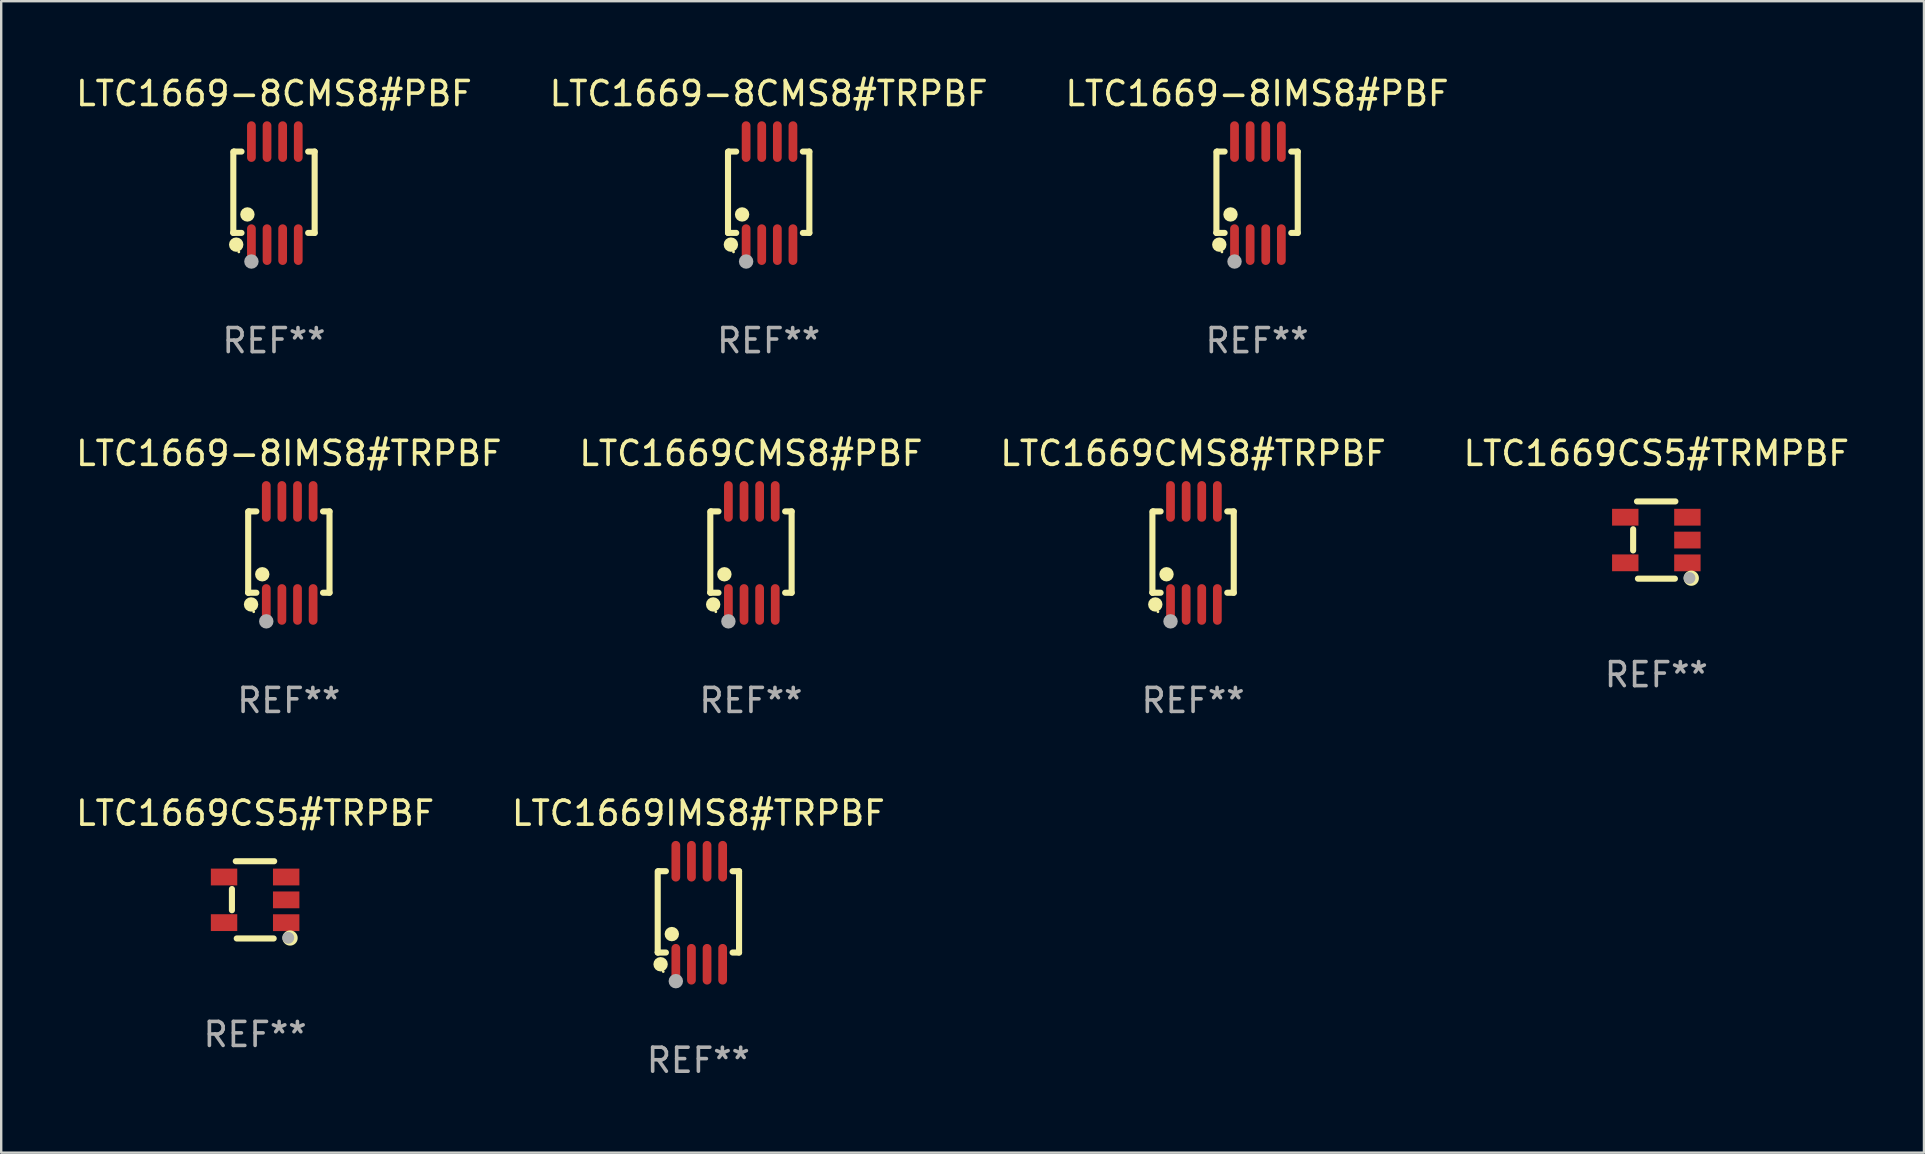
<source format=kicad_pcb>
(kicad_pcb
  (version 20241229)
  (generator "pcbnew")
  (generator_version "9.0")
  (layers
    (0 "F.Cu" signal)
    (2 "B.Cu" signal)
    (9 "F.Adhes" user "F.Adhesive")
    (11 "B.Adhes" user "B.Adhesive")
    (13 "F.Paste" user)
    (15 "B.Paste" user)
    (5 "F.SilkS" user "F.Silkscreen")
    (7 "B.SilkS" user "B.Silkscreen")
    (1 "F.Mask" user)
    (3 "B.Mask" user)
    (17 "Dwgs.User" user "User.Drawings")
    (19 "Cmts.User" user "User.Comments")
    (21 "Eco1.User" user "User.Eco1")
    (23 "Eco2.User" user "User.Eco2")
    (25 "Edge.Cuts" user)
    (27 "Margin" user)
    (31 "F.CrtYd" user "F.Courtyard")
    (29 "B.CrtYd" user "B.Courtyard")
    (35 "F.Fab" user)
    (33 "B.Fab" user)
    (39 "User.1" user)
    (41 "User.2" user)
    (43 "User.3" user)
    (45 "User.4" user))
  (footprint "LTC1669IMS8#TRPBF"
    (layer "F.Cu")
    (at 26.042 34.971)
    (property "Reference" "LTC1669IMS8#TRPBF" (at 0 -4.146 0) (layer "F.SilkS") (effects (font (size 1 1) (thickness 0.15))))
    (attr through_hole)
    (fp_line (start -1.694 -1.724) (end -1.694 1.652) (stroke (width 0.254) (type solid)) (layer "F.SilkS"))
    (fp_line (start -1.694 1.652) (end -1.688 1.658) (stroke (width 0.254) (type solid)) (layer "F.SilkS"))
    (fp_line (start -1.688 1.658) (end -1.353 1.658) (stroke (width 0.254) (type solid)) (layer "F.SilkS"))
    (fp_line (start -1.661 -1.73) (end -1.681 -1.71) (stroke (width 0.254) (type solid)) (layer "F.SilkS"))
    (fp_line (start -1.353 -1.73) (end -1.661 -1.73) (stroke (width 0.254) (type solid)) (layer "F.SilkS"))
    (fp_line (start 1.424 1.658) (end 1.694 1.658) (stroke (width 0.254) (type solid)) (layer "F.SilkS"))
    (fp_line (start 1.694 -1.73) (end 1.424 -1.73) (stroke (width 0.254) (type solid)) (layer "F.SilkS"))
    (fp_line (start 1.694 1.658) (end 1.694 -1.73) (stroke (width 0.254) (type solid)) (layer "F.SilkS"))
    (fp_circle (center -1.574 2.146) (end -1.424 2.146) (stroke (width 0.3) (type solid)) (fill no) (layer "F.SilkS"))
    (fp_circle (center -1.464 2.45) (end -1.434 2.45) (stroke (width 0.06) (type solid)) (fill no) (layer "F.SilkS"))
    (fp_circle (center -1.107 0.889) (end -0.957 0.889) (stroke (width 0.3) (type solid)) (fill no) (layer "F.SilkS"))
    (fp_circle (center -0.94 2.85) (end -0.789 2.85) (stroke (width 0.3) (type solid)) (fill no) (layer "F.Fab"))
    (fp_text user "REF**" (at 0 6.146 0) (layer "F.Fab") (effects (font (size 1 1) (thickness 0.15))))
    (pad "1" smd oval (at -0.94 2.146) (size 0.364 1.692) (layers "F.Cu" "F.Mask" "F.Paste"))
    (pad "2" smd oval (at -0.289 2.146) (size 0.364 1.692) (layers "F.Cu" "F.Mask" "F.Paste"))
    (pad "3" smd oval (at 0.361 2.146) (size 0.364 1.692) (layers "F.Cu" "F.Mask" "F.Paste"))
    (pad "4" smd oval (at 1.011 2.146) (size 0.364 1.692) (layers "F.Cu" "F.Mask" "F.Paste"))
    (pad "5" smd oval (at 1.011 -2.146) (size 0.364 1.692) (layers "F.Cu" "F.Mask" "F.Paste"))
    (pad "6" smd oval (at 0.361 -2.146) (size 0.364 1.692) (layers "F.Cu" "F.Mask" "F.Paste"))
    (pad "7" smd oval (at -0.289 -2.146) (size 0.364 1.692) (layers "F.Cu" "F.Mask" "F.Paste"))
    (pad "8" smd oval (at -0.94 -2.146) (size 0.364 1.692) (layers "F.Cu" "F.Mask" "F.Paste")))
  (footprint "LTC1669CMS8#TRPBF"
    (layer "F.Cu")
    (at 46.649 19.983)
    (property "Reference" "LTC1669CMS8#TRPBF" (at 0 -4.146 0) (layer "F.SilkS") (effects (font (size 1 1) (thickness 0.15))))
    (attr through_hole)
    (fp_line (start -1.694 -1.724) (end -1.694 1.652) (stroke (width 0.254) (type solid)) (layer "F.SilkS"))
    (fp_line (start -1.694 1.652) (end -1.688 1.658) (stroke (width 0.254) (type solid)) (layer "F.SilkS"))
    (fp_line (start -1.688 1.658) (end -1.353 1.658) (stroke (width 0.254) (type solid)) (layer "F.SilkS"))
    (fp_line (start -1.661 -1.73) (end -1.681 -1.71) (stroke (width 0.254) (type solid)) (layer "F.SilkS"))
    (fp_line (start -1.353 -1.73) (end -1.661 -1.73) (stroke (width 0.254) (type solid)) (layer "F.SilkS"))
    (fp_line (start 1.424 1.658) (end 1.694 1.658) (stroke (width 0.254) (type solid)) (layer "F.SilkS"))
    (fp_line (start 1.694 -1.73) (end 1.424 -1.73) (stroke (width 0.254) (type solid)) (layer "F.SilkS"))
    (fp_line (start 1.694 1.658) (end 1.694 -1.73) (stroke (width 0.254) (type solid)) (layer "F.SilkS"))
    (fp_circle (center -1.574 2.146) (end -1.424 2.146) (stroke (width 0.3) (type solid)) (fill no) (layer "F.SilkS"))
    (fp_circle (center -1.464 2.45) (end -1.434 2.45) (stroke (width 0.06) (type solid)) (fill no) (layer "F.SilkS"))
    (fp_circle (center -1.107 0.889) (end -0.957 0.889) (stroke (width 0.3) (type solid)) (fill no) (layer "F.SilkS"))
    (fp_circle (center -0.94 2.85) (end -0.789 2.85) (stroke (width 0.3) (type solid)) (fill no) (layer "F.Fab"))
    (fp_text user "REF**" (at 0 6.146 0) (layer "F.Fab") (effects (font (size 1 1) (thickness 0.15))))
    (pad "1" smd oval (at -0.94 2.146) (size 0.364 1.692) (layers "F.Cu" "F.Mask" "F.Paste"))
    (pad "2" smd oval (at -0.289 2.146) (size 0.364 1.692) (layers "F.Cu" "F.Mask" "F.Paste"))
    (pad "3" smd oval (at 0.361 2.146) (size 0.364 1.692) (layers "F.Cu" "F.Mask" "F.Paste"))
    (pad "4" smd oval (at 1.011 2.146) (size 0.364 1.692) (layers "F.Cu" "F.Mask" "F.Paste"))
    (pad "5" smd oval (at 1.011 -2.146) (size 0.364 1.692) (layers "F.Cu" "F.Mask" "F.Paste"))
    (pad "6" smd oval (at 0.361 -2.146) (size 0.364 1.692) (layers "F.Cu" "F.Mask" "F.Paste"))
    (pad "7" smd oval (at -0.289 -2.146) (size 0.364 1.692) (layers "F.Cu" "F.Mask" "F.Paste"))
    (pad "8" smd oval (at -0.94 -2.146) (size 0.364 1.692) (layers "F.Cu" "F.Mask" "F.Paste")))
  (footprint "LTC1669-8CMS8#PBF"
    (layer "F.Cu")
    (at 8.363 4.994)
    (property "Reference" "LTC1669-8CMS8#PBF" (at 0 -4.146 0) (layer "F.SilkS") (effects (font (size 1 1) (thickness 0.15))))
    (attr through_hole)
    (fp_line (start -1.694 -1.724) (end -1.694 1.652) (stroke (width 0.254) (type solid)) (layer "F.SilkS"))
    (fp_line (start -1.694 1.652) (end -1.688 1.658) (stroke (width 0.254) (type solid)) (layer "F.SilkS"))
    (fp_line (start -1.688 1.658) (end -1.353 1.658) (stroke (width 0.254) (type solid)) (layer "F.SilkS"))
    (fp_line (start -1.661 -1.73) (end -1.681 -1.71) (stroke (width 0.254) (type solid)) (layer "F.SilkS"))
    (fp_line (start -1.353 -1.73) (end -1.661 -1.73) (stroke (width 0.254) (type solid)) (layer "F.SilkS"))
    (fp_line (start 1.424 1.658) (end 1.694 1.658) (stroke (width 0.254) (type solid)) (layer "F.SilkS"))
    (fp_line (start 1.694 -1.73) (end 1.424 -1.73) (stroke (width 0.254) (type solid)) (layer "F.SilkS"))
    (fp_line (start 1.694 1.658) (end 1.694 -1.73) (stroke (width 0.254) (type solid)) (layer "F.SilkS"))
    (fp_circle (center -1.574 2.146) (end -1.424 2.146) (stroke (width 0.3) (type solid)) (fill no) (layer "F.SilkS"))
    (fp_circle (center -1.464 2.45) (end -1.434 2.45) (stroke (width 0.06) (type solid)) (fill no) (layer "F.SilkS"))
    (fp_circle (center -1.107 0.889) (end -0.957 0.889) (stroke (width 0.3) (type solid)) (fill no) (layer "F.SilkS"))
    (fp_circle (center -0.94 2.85) (end -0.789 2.85) (stroke (width 0.3) (type solid)) (fill no) (layer "F.Fab"))
    (fp_text user "REF**" (at 0 6.146 0) (layer "F.Fab") (effects (font (size 1 1) (thickness 0.15))))
    (pad "1" smd oval (at -0.94 2.146) (size 0.364 1.692) (layers "F.Cu" "F.Mask" "F.Paste"))
    (pad "2" smd oval (at -0.289 2.146) (size 0.364 1.692) (layers "F.Cu" "F.Mask" "F.Paste"))
    (pad "3" smd oval (at 0.361 2.146) (size 0.364 1.692) (layers "F.Cu" "F.Mask" "F.Paste"))
    (pad "4" smd oval (at 1.011 2.146) (size 0.364 1.692) (layers "F.Cu" "F.Mask" "F.Paste"))
    (pad "5" smd oval (at 1.011 -2.146) (size 0.364 1.692) (layers "F.Cu" "F.Mask" "F.Paste"))
    (pad "6" smd oval (at 0.361 -2.146) (size 0.364 1.692) (layers "F.Cu" "F.Mask" "F.Paste"))
    (pad "7" smd oval (at -0.289 -2.146) (size 0.364 1.692) (layers "F.Cu" "F.Mask" "F.Paste"))
    (pad "8" smd oval (at -0.94 -2.146) (size 0.364 1.692) (layers "F.Cu" "F.Mask" "F.Paste")))
  (footprint "LTC1669-8IMS8#TRPBF"
    (layer "F.Cu")
    (at 8.982 19.983)
    (property "Reference" "LTC1669-8IMS8#TRPBF" (at 0 -4.146 0) (layer "F.SilkS") (effects (font (size 1 1) (thickness 0.15))))
    (attr through_hole)
    (fp_line (start -1.694 -1.724) (end -1.694 1.652) (stroke (width 0.254) (type solid)) (layer "F.SilkS"))
    (fp_line (start -1.694 1.652) (end -1.688 1.658) (stroke (width 0.254) (type solid)) (layer "F.SilkS"))
    (fp_line (start -1.688 1.658) (end -1.353 1.658) (stroke (width 0.254) (type solid)) (layer "F.SilkS"))
    (fp_line (start -1.661 -1.73) (end -1.681 -1.71) (stroke (width 0.254) (type solid)) (layer "F.SilkS"))
    (fp_line (start -1.353 -1.73) (end -1.661 -1.73) (stroke (width 0.254) (type solid)) (layer "F.SilkS"))
    (fp_line (start 1.424 1.658) (end 1.694 1.658) (stroke (width 0.254) (type solid)) (layer "F.SilkS"))
    (fp_line (start 1.694 -1.73) (end 1.424 -1.73) (stroke (width 0.254) (type solid)) (layer "F.SilkS"))
    (fp_line (start 1.694 1.658) (end 1.694 -1.73) (stroke (width 0.254) (type solid)) (layer "F.SilkS"))
    (fp_circle (center -1.574 2.146) (end -1.424 2.146) (stroke (width 0.3) (type solid)) (fill no) (layer "F.SilkS"))
    (fp_circle (center -1.464 2.45) (end -1.434 2.45) (stroke (width 0.06) (type solid)) (fill no) (layer "F.SilkS"))
    (fp_circle (center -1.107 0.889) (end -0.957 0.889) (stroke (width 0.3) (type solid)) (fill no) (layer "F.SilkS"))
    (fp_circle (center -0.94 2.85) (end -0.789 2.85) (stroke (width 0.3) (type solid)) (fill no) (layer "F.Fab"))
    (fp_text user "REF**" (at 0 6.146 0) (layer "F.Fab") (effects (font (size 1 1) (thickness 0.15))))
    (pad "1" smd oval (at -0.94 2.146) (size 0.364 1.692) (layers "F.Cu" "F.Mask" "F.Paste"))
    (pad "2" smd oval (at -0.289 2.146) (size 0.364 1.692) (layers "F.Cu" "F.Mask" "F.Paste"))
    (pad "3" smd oval (at 0.361 2.146) (size 0.364 1.692) (layers "F.Cu" "F.Mask" "F.Paste"))
    (pad "4" smd oval (at 1.011 2.146) (size 0.364 1.692) (layers "F.Cu" "F.Mask" "F.Paste"))
    (pad "5" smd oval (at 1.011 -2.146) (size 0.364 1.692) (layers "F.Cu" "F.Mask" "F.Paste"))
    (pad "6" smd oval (at 0.361 -2.146) (size 0.364 1.692) (layers "F.Cu" "F.Mask" "F.Paste"))
    (pad "7" smd oval (at -0.289 -2.146) (size 0.364 1.692) (layers "F.Cu" "F.Mask" "F.Paste"))
    (pad "8" smd oval (at -0.94 -2.146) (size 0.364 1.692) (layers "F.Cu" "F.Mask" "F.Paste")))
  (footprint "LTC1669CS5#TRPBF"
    (layer "F.Cu")
    (at 7.577 34.434)
    (property "Reference" "LTC1669CS5#TRPBF" (at 0 -3.609 0) (layer "F.SilkS") (effects (font (size 1 1) (thickness 0.15))))
    (attr through_hole)
    (fp_line (start -0.966 0.433) (end -0.966 -0.451) (stroke (width 0.254) (type solid)) (layer "F.SilkS"))
    (fp_line (start -0.806 -1.609) (end 0.794 -1.609) (stroke (width 0.254) (type solid)) (layer "F.SilkS"))
    (fp_line (start -0.766 1.609) (end 0.774 1.609) (stroke (width 0.254) (type solid)) (layer "F.SilkS"))
    (fp_circle (center 1.4 1.45) (end 1.43 1.45) (stroke (width 0.06) (type solid)) (fill no) (layer "F.SilkS"))
    (fp_circle (center 1.456 1.589) (end 1.52 1.589) (stroke (width 0.254) (type solid)) (fill no) (layer "F.SilkS"))
    (fp_circle (center 1.38 1.58) (end 1.505 1.58) (stroke (width 0.25) (type solid)) (fill no) (layer "F.Fab"))
    (fp_text user "REF**" (at 0 5.609 0) (layer "F.Fab") (effects (font (size 1 1) (thickness 0.15))))
    (pad "1" smd rect (at 1.294 0.951) (size 1.1 0.7) (layers "F.Cu" "F.Mask" "F.Paste"))
    (pad "2" smd rect (at 1.294 0.001) (size 1.1 0.7) (layers "F.Cu" "F.Mask" "F.Paste"))
    (pad "3" smd rect (at 1.294 -0.951) (size 1.1 0.7) (layers "F.Cu" "F.Mask" "F.Paste"))
    (pad "4" smd rect (at -1.294 -0.951 180) (size 1.1 0.7) (layers "F.Cu" "F.Mask" "F.Paste"))
    (pad "5" smd rect (at -1.294 0.949 180) (size 1.1 0.7) (layers "F.Cu" "F.Mask" "F.Paste")))
  (footprint "LTC1669CS5#TRMPBF"
    (layer "F.Cu")
    (at 65.946 19.446)
    (property "Reference" "LTC1669CS5#TRMPBF" (at 0 -3.609 0) (layer "F.SilkS") (effects (font (size 1 1) (thickness 0.15))))
    (attr through_hole)
    (fp_line (start -0.966 0.433) (end -0.966 -0.451) (stroke (width 0.254) (type solid)) (layer "F.SilkS"))
    (fp_line (start -0.806 -1.609) (end 0.794 -1.609) (stroke (width 0.254) (type solid)) (layer "F.SilkS"))
    (fp_line (start -0.766 1.609) (end 0.774 1.609) (stroke (width 0.254) (type solid)) (layer "F.SilkS"))
    (fp_circle (center 1.4 1.45) (end 1.43 1.45) (stroke (width 0.06) (type solid)) (fill no) (layer "F.SilkS"))
    (fp_circle (center 1.456 1.589) (end 1.52 1.589) (stroke (width 0.254) (type solid)) (fill no) (layer "F.SilkS"))
    (fp_circle (center 1.38 1.58) (end 1.505 1.58) (stroke (width 0.25) (type solid)) (fill no) (layer "F.Fab"))
    (fp_text user "REF**" (at 0 5.609 0) (layer "F.Fab") (effects (font (size 1 1) (thickness 0.15))))
    (pad "1" smd rect (at 1.294 0.951) (size 1.1 0.7) (layers "F.Cu" "F.Mask" "F.Paste"))
    (pad "2" smd rect (at 1.294 0.001) (size 1.1 0.7) (layers "F.Cu" "F.Mask" "F.Paste"))
    (pad "3" smd rect (at 1.294 -0.951) (size 1.1 0.7) (layers "F.Cu" "F.Mask" "F.Paste"))
    (pad "4" smd rect (at -1.294 -0.951 180) (size 1.1 0.7) (layers "F.Cu" "F.Mask" "F.Paste"))
    (pad "5" smd rect (at -1.294 0.949 180) (size 1.1 0.7) (layers "F.Cu" "F.Mask" "F.Paste")))
  (footprint "LTC1669-8IMS8#PBF"
    (layer "F.Cu")
    (at 49.315 4.994)
    (property "Reference" "LTC1669-8IMS8#PBF" (at 0 -4.146 0) (layer "F.SilkS") (effects (font (size 1 1) (thickness 0.15))))
    (attr through_hole)
    (fp_line (start -1.694 -1.724) (end -1.694 1.652) (stroke (width 0.254) (type solid)) (layer "F.SilkS"))
    (fp_line (start -1.694 1.652) (end -1.688 1.658) (stroke (width 0.254) (type solid)) (layer "F.SilkS"))
    (fp_line (start -1.688 1.658) (end -1.353 1.658) (stroke (width 0.254) (type solid)) (layer "F.SilkS"))
    (fp_line (start -1.661 -1.73) (end -1.681 -1.71) (stroke (width 0.254) (type solid)) (layer "F.SilkS"))
    (fp_line (start -1.353 -1.73) (end -1.661 -1.73) (stroke (width 0.254) (type solid)) (layer "F.SilkS"))
    (fp_line (start 1.424 1.658) (end 1.694 1.658) (stroke (width 0.254) (type solid)) (layer "F.SilkS"))
    (fp_line (start 1.694 -1.73) (end 1.424 -1.73) (stroke (width 0.254) (type solid)) (layer "F.SilkS"))
    (fp_line (start 1.694 1.658) (end 1.694 -1.73) (stroke (width 0.254) (type solid)) (layer "F.SilkS"))
    (fp_circle (center -1.574 2.146) (end -1.424 2.146) (stroke (width 0.3) (type solid)) (fill no) (layer "F.SilkS"))
    (fp_circle (center -1.464 2.45) (end -1.434 2.45) (stroke (width 0.06) (type solid)) (fill no) (layer "F.SilkS"))
    (fp_circle (center -1.107 0.889) (end -0.957 0.889) (stroke (width 0.3) (type solid)) (fill no) (layer "F.SilkS"))
    (fp_circle (center -0.94 2.85) (end -0.789 2.85) (stroke (width 0.3) (type solid)) (fill no) (layer "F.Fab"))
    (fp_text user "REF**" (at 0 6.146 0) (layer "F.Fab") (effects (font (size 1 1) (thickness 0.15))))
    (pad "1" smd oval (at -0.94 2.146) (size 0.364 1.692) (layers "F.Cu" "F.Mask" "F.Paste"))
    (pad "2" smd oval (at -0.289 2.146) (size 0.364 1.692) (layers "F.Cu" "F.Mask" "F.Paste"))
    (pad "3" smd oval (at 0.361 2.146) (size 0.364 1.692) (layers "F.Cu" "F.Mask" "F.Paste"))
    (pad "4" smd oval (at 1.011 2.146) (size 0.364 1.692) (layers "F.Cu" "F.Mask" "F.Paste"))
    (pad "5" smd oval (at 1.011 -2.146) (size 0.364 1.692) (layers "F.Cu" "F.Mask" "F.Paste"))
    (pad "6" smd oval (at 0.361 -2.146) (size 0.364 1.692) (layers "F.Cu" "F.Mask" "F.Paste"))
    (pad "7" smd oval (at -0.289 -2.146) (size 0.364 1.692) (layers "F.Cu" "F.Mask" "F.Paste"))
    (pad "8" smd oval (at -0.94 -2.146) (size 0.364 1.692) (layers "F.Cu" "F.Mask" "F.Paste")))
  (footprint "LTC1669CMS8#PBF"
    (layer "F.Cu")
    (at 28.232 19.983)
    (property "Reference" "LTC1669CMS8#PBF" (at 0 -4.146 0) (layer "F.SilkS") (effects (font (size 1 1) (thickness 0.15))))
    (attr through_hole)
    (fp_line (start -1.694 -1.724) (end -1.694 1.652) (stroke (width 0.254) (type solid)) (layer "F.SilkS"))
    (fp_line (start -1.694 1.652) (end -1.688 1.658) (stroke (width 0.254) (type solid)) (layer "F.SilkS"))
    (fp_line (start -1.688 1.658) (end -1.353 1.658) (stroke (width 0.254) (type solid)) (layer "F.SilkS"))
    (fp_line (start -1.661 -1.73) (end -1.681 -1.71) (stroke (width 0.254) (type solid)) (layer "F.SilkS"))
    (fp_line (start -1.353 -1.73) (end -1.661 -1.73) (stroke (width 0.254) (type solid)) (layer "F.SilkS"))
    (fp_line (start 1.424 1.658) (end 1.694 1.658) (stroke (width 0.254) (type solid)) (layer "F.SilkS"))
    (fp_line (start 1.694 -1.73) (end 1.424 -1.73) (stroke (width 0.254) (type solid)) (layer "F.SilkS"))
    (fp_line (start 1.694 1.658) (end 1.694 -1.73) (stroke (width 0.254) (type solid)) (layer "F.SilkS"))
    (fp_circle (center -1.574 2.146) (end -1.424 2.146) (stroke (width 0.3) (type solid)) (fill no) (layer "F.SilkS"))
    (fp_circle (center -1.464 2.45) (end -1.434 2.45) (stroke (width 0.06) (type solid)) (fill no) (layer "F.SilkS"))
    (fp_circle (center -1.107 0.889) (end -0.957 0.889) (stroke (width 0.3) (type solid)) (fill no) (layer "F.SilkS"))
    (fp_circle (center -0.94 2.85) (end -0.789 2.85) (stroke (width 0.3) (type solid)) (fill no) (layer "F.Fab"))
    (fp_text user "REF**" (at 0 6.146 0) (layer "F.Fab") (effects (font (size 1 1) (thickness 0.15))))
    (pad "1" smd oval (at -0.94 2.146) (size 0.364 1.692) (layers "F.Cu" "F.Mask" "F.Paste"))
    (pad "2" smd oval (at -0.289 2.146) (size 0.364 1.692) (layers "F.Cu" "F.Mask" "F.Paste"))
    (pad "3" smd oval (at 0.361 2.146) (size 0.364 1.692) (layers "F.Cu" "F.Mask" "F.Paste"))
    (pad "4" smd oval (at 1.011 2.146) (size 0.364 1.692) (layers "F.Cu" "F.Mask" "F.Paste"))
    (pad "5" smd oval (at 1.011 -2.146) (size 0.364 1.692) (layers "F.Cu" "F.Mask" "F.Paste"))
    (pad "6" smd oval (at 0.361 -2.146) (size 0.364 1.692) (layers "F.Cu" "F.Mask" "F.Paste"))
    (pad "7" smd oval (at -0.289 -2.146) (size 0.364 1.692) (layers "F.Cu" "F.Mask" "F.Paste"))
    (pad "8" smd oval (at -0.94 -2.146) (size 0.364 1.692) (layers "F.Cu" "F.Mask" "F.Paste")))
  (footprint "LTC1669-8CMS8#TRPBF"
    (layer "F.Cu")
    (at 28.97 4.994)
    (property "Reference" "LTC1669-8CMS8#TRPBF" (at 0 -4.146 0) (layer "F.SilkS") (effects (font (size 1 1) (thickness 0.15))))
    (attr through_hole)
    (fp_line (start -1.694 -1.724) (end -1.694 1.652) (stroke (width 0.254) (type solid)) (layer "F.SilkS"))
    (fp_line (start -1.694 1.652) (end -1.688 1.658) (stroke (width 0.254) (type solid)) (layer "F.SilkS"))
    (fp_line (start -1.688 1.658) (end -1.353 1.658) (stroke (width 0.254) (type solid)) (layer "F.SilkS"))
    (fp_line (start -1.661 -1.73) (end -1.681 -1.71) (stroke (width 0.254) (type solid)) (layer "F.SilkS"))
    (fp_line (start -1.353 -1.73) (end -1.661 -1.73) (stroke (width 0.254) (type solid)) (layer "F.SilkS"))
    (fp_line (start 1.424 1.658) (end 1.694 1.658) (stroke (width 0.254) (type solid)) (layer "F.SilkS"))
    (fp_line (start 1.694 -1.73) (end 1.424 -1.73) (stroke (width 0.254) (type solid)) (layer "F.SilkS"))
    (fp_line (start 1.694 1.658) (end 1.694 -1.73) (stroke (width 0.254) (type solid)) (layer "F.SilkS"))
    (fp_circle (center -1.574 2.146) (end -1.424 2.146) (stroke (width 0.3) (type solid)) (fill no) (layer "F.SilkS"))
    (fp_circle (center -1.464 2.45) (end -1.434 2.45) (stroke (width 0.06) (type solid)) (fill no) (layer "F.SilkS"))
    (fp_circle (center -1.107 0.889) (end -0.957 0.889) (stroke (width 0.3) (type solid)) (fill no) (layer "F.SilkS"))
    (fp_circle (center -0.94 2.85) (end -0.789 2.85) (stroke (width 0.3) (type solid)) (fill no) (layer "F.Fab"))
    (fp_text user "REF**" (at 0 6.146 0) (layer "F.Fab") (effects (font (size 1 1) (thickness 0.15))))
    (pad "1" smd oval (at -0.94 2.146) (size 0.364 1.692) (layers "F.Cu" "F.Mask" "F.Paste"))
    (pad "2" smd oval (at -0.289 2.146) (size 0.364 1.692) (layers "F.Cu" "F.Mask" "F.Paste"))
    (pad "3" smd oval (at 0.361 2.146) (size 0.364 1.692) (layers "F.Cu" "F.Mask" "F.Paste"))
    (pad "4" smd oval (at 1.011 2.146) (size 0.364 1.692) (layers "F.Cu" "F.Mask" "F.Paste"))
    (pad "5" smd oval (at 1.011 -2.146) (size 0.364 1.692) (layers "F.Cu" "F.Mask" "F.Paste"))
    (pad "6" smd oval (at 0.361 -2.146) (size 0.364 1.692) (layers "F.Cu" "F.Mask" "F.Paste"))
    (pad "7" smd oval (at -0.289 -2.146) (size 0.364 1.692) (layers "F.Cu" "F.Mask" "F.Paste"))
    (pad "8" smd oval (at -0.94 -2.146) (size 0.364 1.692) (layers "F.Cu" "F.Mask" "F.Paste")))
  (gr_rect
    (start -3 -3)
    (end 77.095 44.966)
    (stroke (width 0.1) (type default))
    (fill no)
    (layer "Edge.Cuts")))
</source>
